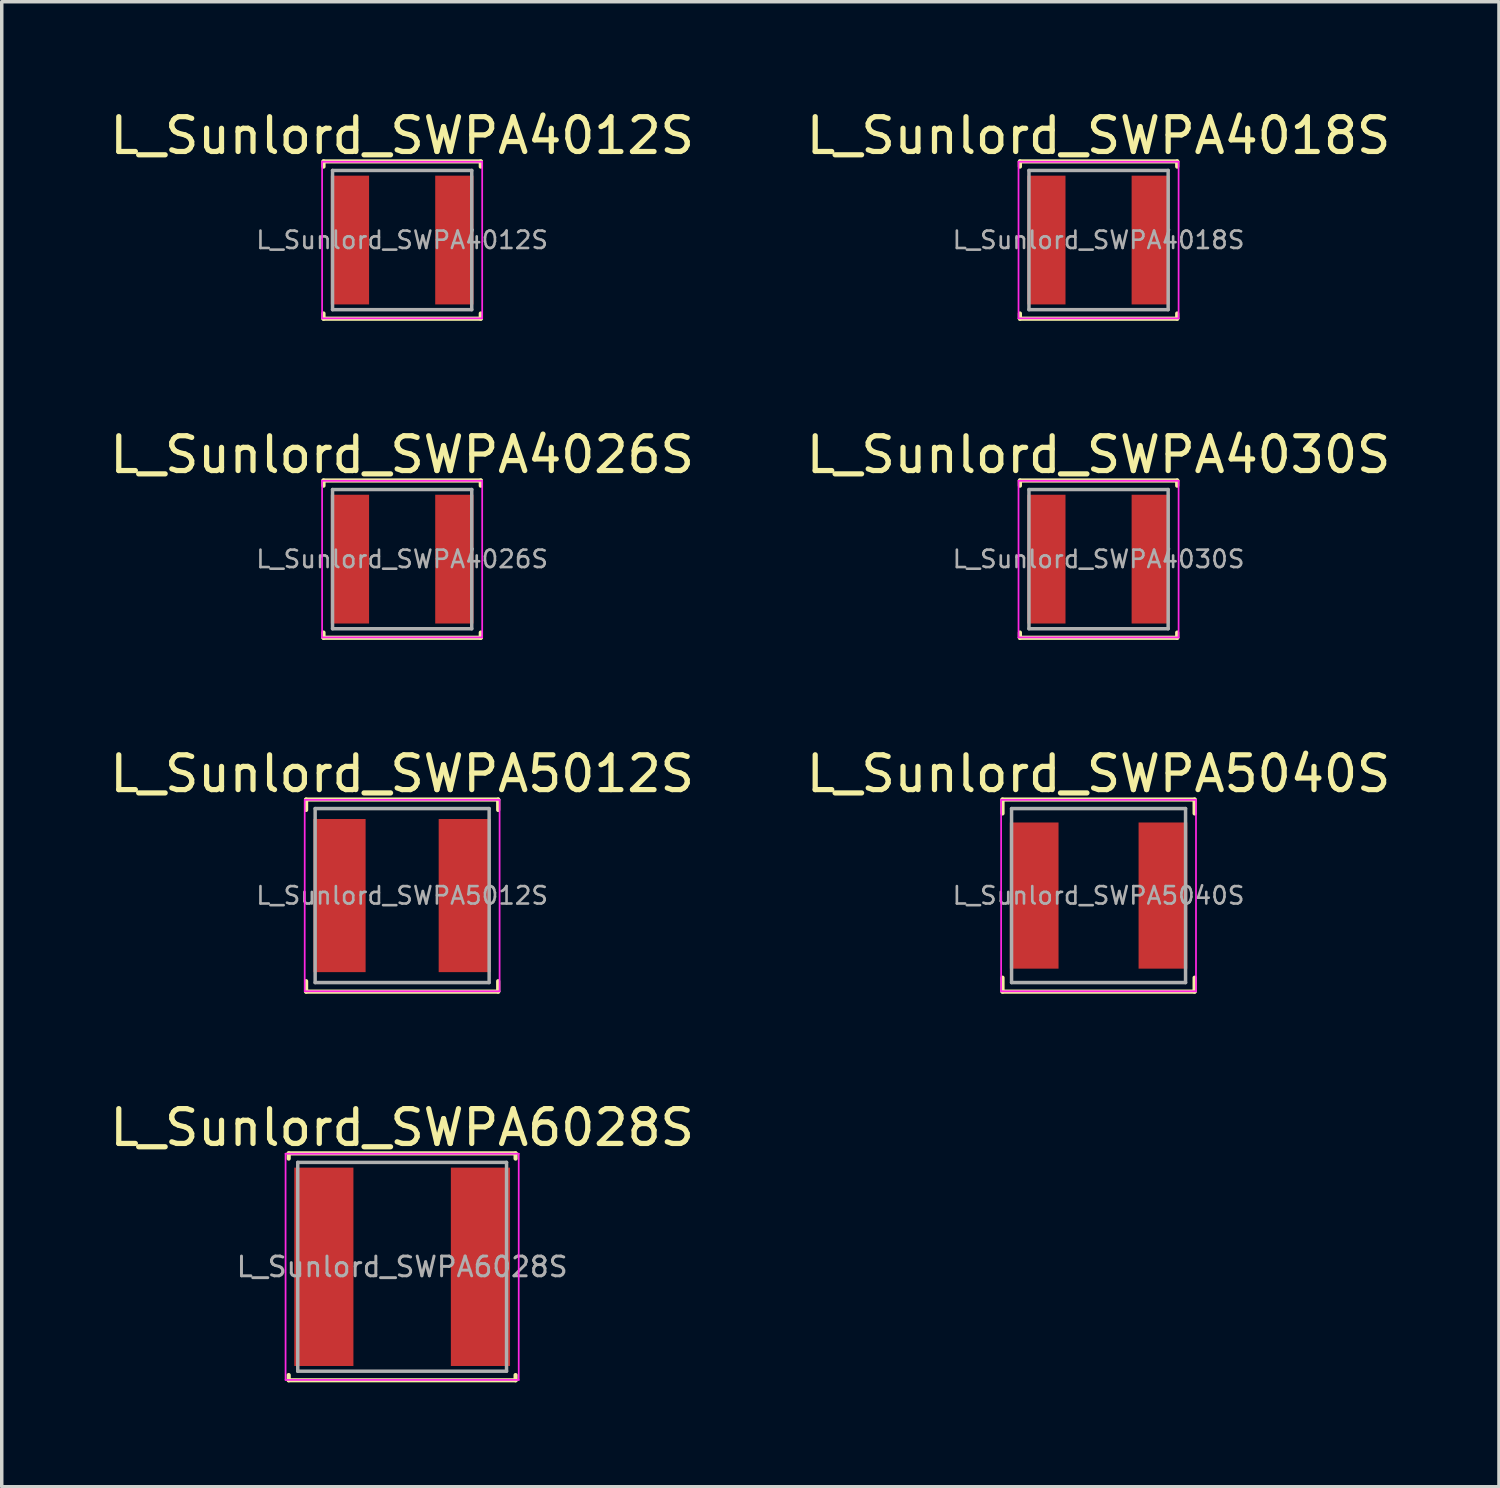
<source format=kicad_pcb>
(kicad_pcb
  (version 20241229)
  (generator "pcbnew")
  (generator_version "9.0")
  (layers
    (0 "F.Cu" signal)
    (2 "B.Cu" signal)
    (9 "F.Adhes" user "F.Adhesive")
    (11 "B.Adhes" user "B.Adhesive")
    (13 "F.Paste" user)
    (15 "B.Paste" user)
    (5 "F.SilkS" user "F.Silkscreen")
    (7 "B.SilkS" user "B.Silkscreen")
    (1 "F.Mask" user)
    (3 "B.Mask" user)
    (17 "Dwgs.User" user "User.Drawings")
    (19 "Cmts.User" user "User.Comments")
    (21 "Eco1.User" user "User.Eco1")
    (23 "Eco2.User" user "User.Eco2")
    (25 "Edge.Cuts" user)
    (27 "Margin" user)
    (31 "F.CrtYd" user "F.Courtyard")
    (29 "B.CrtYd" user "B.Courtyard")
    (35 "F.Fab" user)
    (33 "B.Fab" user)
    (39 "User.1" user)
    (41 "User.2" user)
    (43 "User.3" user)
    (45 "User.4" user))
  (footprint "L_Sunlord_SWPA5040S"
    (layer "F.Cu")
    (at 28.518 22.685)
    (property "Reference" "L_Sunlord_SWPA5040S" (at 0 -3.5 0) (layer "F.SilkS") (effects (font (size 1 1) (thickness 0.15))))
    (attr smd)
    (fp_line (start -2.76 -2.76) (end -2.76 -2.36) (stroke (width 0.12) (type solid)) (layer "F.SilkS"))
    (fp_line (start -2.76 -2.76) (end 2.76 -2.76) (stroke (width 0.12) (type solid)) (layer "F.SilkS"))
    (fp_line (start -2.76 2.76) (end -2.76 2.36) (stroke (width 0.12) (type solid)) (layer "F.SilkS"))
    (fp_line (start -2.76 2.76) (end 2.76 2.76) (stroke (width 0.12) (type solid)) (layer "F.SilkS"))
    (fp_line (start 2.76 -2.76) (end 2.76 -2.36) (stroke (width 0.12) (type solid)) (layer "F.SilkS"))
    (fp_line (start 2.76 2.76) (end 2.76 2.36) (stroke (width 0.12) (type solid)) (layer "F.SilkS"))
    (fp_line (start -2.8 -2.75) (end -2.8 2.75) (stroke (width 0.05) (type solid)) (layer "F.CrtYd"))
    (fp_line (start -2.8 2.75) (end 2.8 2.75) (stroke (width 0.05) (type solid)) (layer "F.CrtYd"))
    (fp_line (start 2.8 -2.75) (end -2.8 -2.75) (stroke (width 0.05) (type solid)) (layer "F.CrtYd"))
    (fp_line (start 2.8 2.75) (end 2.8 -2.75) (stroke (width 0.05) (type solid)) (layer "F.CrtYd"))
    (fp_line (start -2.5 -2.5) (end -2.5 2.5) (stroke (width 0.1) (type solid)) (layer "F.Fab"))
    (fp_line (start -2.5 2.5) (end 2.5 2.5) (stroke (width 0.1) (type solid)) (layer "F.Fab"))
    (fp_line (start 2.5 -2.5) (end -2.5 -2.5) (stroke (width 0.1) (type solid)) (layer "F.Fab"))
    (fp_line (start 2.5 2.5) (end 2.5 -2.5) (stroke (width 0.1) (type solid)) (layer "F.Fab"))
    (fp_text user "${REFERENCE}" (at 0 0 0) (layer "F.Fab") (effects (font (size 0.5 0.5) (thickness 0.075))))
    (pad "1" smd rect (at -1.85 0) (size 1.4 4.2) (layers "F.Cu" "F.Mask" "F.Paste"))
    (pad "2" smd rect (at 1.85 0) (size 1.4 4.2) (layers "F.Cu" "F.Mask" "F.Paste")))
  (footprint "L_Sunlord_SWPA5012S"
    (layer "F.Cu")
    (at 8.506 22.685)
    (property "Reference" "L_Sunlord_SWPA5012S" (at 0 -3.5 0) (layer "F.SilkS") (effects (font (size 1 1) (thickness 0.15))))
    (attr smd)
    (fp_line (start -2.76 -2.76) (end -2.76 -2.46) (stroke (width 0.12) (type solid)) (layer "F.SilkS"))
    (fp_line (start -2.76 -2.76) (end 2.76 -2.76) (stroke (width 0.12) (type solid)) (layer "F.SilkS"))
    (fp_line (start -2.76 2.76) (end -2.76 2.46) (stroke (width 0.12) (type solid)) (layer "F.SilkS"))
    (fp_line (start -2.76 2.76) (end 2.76 2.76) (stroke (width 0.12) (type solid)) (layer "F.SilkS"))
    (fp_line (start 2.76 -2.76) (end 2.76 -2.46) (stroke (width 0.12) (type solid)) (layer "F.SilkS"))
    (fp_line (start 2.76 2.76) (end 2.76 2.46) (stroke (width 0.12) (type solid)) (layer "F.SilkS"))
    (fp_line (start -2.8 -2.75) (end -2.8 2.75) (stroke (width 0.05) (type solid)) (layer "F.CrtYd"))
    (fp_line (start -2.8 2.75) (end 2.8 2.75) (stroke (width 0.05) (type solid)) (layer "F.CrtYd"))
    (fp_line (start 2.8 -2.75) (end -2.8 -2.75) (stroke (width 0.05) (type solid)) (layer "F.CrtYd"))
    (fp_line (start 2.8 2.75) (end 2.8 -2.75) (stroke (width 0.05) (type solid)) (layer "F.CrtYd"))
    (fp_line (start -2.5 -2.5) (end -2.5 2.5) (stroke (width 0.1) (type solid)) (layer "F.Fab"))
    (fp_line (start -2.5 2.5) (end 2.5 2.5) (stroke (width 0.1) (type solid)) (layer "F.Fab"))
    (fp_line (start 2.5 -2.5) (end -2.5 -2.5) (stroke (width 0.1) (type solid)) (layer "F.Fab"))
    (fp_line (start 2.5 2.5) (end 2.5 -2.5) (stroke (width 0.1) (type solid)) (layer "F.Fab"))
    (fp_text user "${REFERENCE}" (at 0 0 0) (layer "F.Fab") (effects (font (size 0.5 0.5) (thickness 0.075))))
    (pad "1" smd rect (at -1.8 0) (size 1.5 4.4) (layers "F.Cu" "F.Mask" "F.Paste"))
    (pad "2" smd rect (at 1.8 0) (size 1.5 4.4) (layers "F.Cu" "F.Mask" "F.Paste")))
  (footprint "L_Sunlord_SWPA4018S"
    (layer "F.Cu")
    (at 28.518 3.848)
    (property "Reference" "L_Sunlord_SWPA4018S" (at 0 -3 0) (layer "F.SilkS") (effects (font (size 1 1) (thickness 0.15))))
    (attr smd)
    (fp_line (start -2.26 -2.26) (end -2.26 -2.11) (stroke (width 0.12) (type solid)) (layer "F.SilkS"))
    (fp_line (start -2.26 -2.26) (end 2.26 -2.26) (stroke (width 0.12) (type solid)) (layer "F.SilkS"))
    (fp_line (start -2.26 2.26) (end -2.26 2.11) (stroke (width 0.12) (type solid)) (layer "F.SilkS"))
    (fp_line (start -2.26 2.26) (end 2.26 2.26) (stroke (width 0.12) (type solid)) (layer "F.SilkS"))
    (fp_line (start 2.26 -2.26) (end 2.26 -2.11) (stroke (width 0.12) (type solid)) (layer "F.SilkS"))
    (fp_line (start 2.26 2.26) (end 2.26 2.11) (stroke (width 0.12) (type solid)) (layer "F.SilkS"))
    (fp_line (start -2.3 -2.25) (end -2.3 2.25) (stroke (width 0.05) (type solid)) (layer "F.CrtYd"))
    (fp_line (start -2.3 2.25) (end 2.3 2.25) (stroke (width 0.05) (type solid)) (layer "F.CrtYd"))
    (fp_line (start 2.3 -2.25) (end -2.3 -2.25) (stroke (width 0.05) (type solid)) (layer "F.CrtYd"))
    (fp_line (start 2.3 2.25) (end 2.3 -2.25) (stroke (width 0.05) (type solid)) (layer "F.CrtYd"))
    (fp_line (start -2 -2) (end -2 2) (stroke (width 0.1) (type solid)) (layer "F.Fab"))
    (fp_line (start -2 2) (end 2 2) (stroke (width 0.1) (type solid)) (layer "F.Fab"))
    (fp_line (start 2 -2) (end -2 -2) (stroke (width 0.1) (type solid)) (layer "F.Fab"))
    (fp_line (start 2 2) (end 2 -2) (stroke (width 0.1) (type solid)) (layer "F.Fab"))
    (fp_text user "${REFERENCE}" (at 0 0 0) (layer "F.Fab") (effects (font (size 0.5 0.5) (thickness 0.075))))
    (pad "1" smd rect (at -1.5 0) (size 1.1 3.7) (layers "F.Cu" "F.Mask" "F.Paste"))
    (pad "2" smd rect (at 1.5 0) (size 1.1 3.7) (layers "F.Cu" "F.Mask" "F.Paste")))
  (footprint "L_Sunlord_SWPA4026S"
    (layer "F.Cu")
    (at 8.506 13.017)
    (property "Reference" "L_Sunlord_SWPA4026S" (at 0 -3 0) (layer "F.SilkS") (effects (font (size 1 1) (thickness 0.15))))
    (attr smd)
    (fp_line (start -2.26 -2.26) (end -2.26 -2.11) (stroke (width 0.12) (type solid)) (layer "F.SilkS"))
    (fp_line (start -2.26 -2.26) (end 2.26 -2.26) (stroke (width 0.12) (type solid)) (layer "F.SilkS"))
    (fp_line (start -2.26 2.26) (end -2.26 2.11) (stroke (width 0.12) (type solid)) (layer "F.SilkS"))
    (fp_line (start -2.26 2.26) (end 2.26 2.26) (stroke (width 0.12) (type solid)) (layer "F.SilkS"))
    (fp_line (start 2.26 -2.26) (end 2.26 -2.11) (stroke (width 0.12) (type solid)) (layer "F.SilkS"))
    (fp_line (start 2.26 2.26) (end 2.26 2.11) (stroke (width 0.12) (type solid)) (layer "F.SilkS"))
    (fp_line (start -2.3 -2.25) (end -2.3 2.25) (stroke (width 0.05) (type solid)) (layer "F.CrtYd"))
    (fp_line (start -2.3 2.25) (end 2.3 2.25) (stroke (width 0.05) (type solid)) (layer "F.CrtYd"))
    (fp_line (start 2.3 -2.25) (end -2.3 -2.25) (stroke (width 0.05) (type solid)) (layer "F.CrtYd"))
    (fp_line (start 2.3 2.25) (end 2.3 -2.25) (stroke (width 0.05) (type solid)) (layer "F.CrtYd"))
    (fp_line (start -2 -2) (end -2 2) (stroke (width 0.1) (type solid)) (layer "F.Fab"))
    (fp_line (start -2 2) (end 2 2) (stroke (width 0.1) (type solid)) (layer "F.Fab"))
    (fp_line (start 2 -2) (end -2 -2) (stroke (width 0.1) (type solid)) (layer "F.Fab"))
    (fp_line (start 2 2) (end 2 -2) (stroke (width 0.1) (type solid)) (layer "F.Fab"))
    (fp_text user "${REFERENCE}" (at 0 0 0) (layer "F.Fab") (effects (font (size 0.5 0.5) (thickness 0.075))))
    (pad "1" smd rect (at -1.5 0) (size 1.1 3.7) (layers "F.Cu" "F.Mask" "F.Paste"))
    (pad "2" smd rect (at 1.5 0) (size 1.1 3.7) (layers "F.Cu" "F.Mask" "F.Paste")))
  (footprint "L_Sunlord_SWPA6028S"
    (layer "F.Cu")
    (at 8.506 33.353)
    (property "Reference" "L_Sunlord_SWPA6028S" (at 0 -4 0) (layer "F.SilkS") (effects (font (size 1 1) (thickness 0.15))))
    (attr smd)
    (fp_line (start -3.26 -3.26) (end -3.26 -3.11) (stroke (width 0.12) (type solid)) (layer "F.SilkS"))
    (fp_line (start -3.26 -3.26) (end 3.26 -3.26) (stroke (width 0.12) (type solid)) (layer "F.SilkS"))
    (fp_line (start -3.26 3.26) (end -3.26 3.11) (stroke (width 0.12) (type solid)) (layer "F.SilkS"))
    (fp_line (start -3.26 3.26) (end 3.26 3.26) (stroke (width 0.12) (type solid)) (layer "F.SilkS"))
    (fp_line (start 3.26 -3.26) (end 3.26 -3.11) (stroke (width 0.12) (type solid)) (layer "F.SilkS"))
    (fp_line (start 3.26 3.26) (end 3.26 3.11) (stroke (width 0.12) (type solid)) (layer "F.SilkS"))
    (fp_line (start -3.35 -3.25) (end -3.35 3.25) (stroke (width 0.05) (type solid)) (layer "F.CrtYd"))
    (fp_line (start -3.35 3.25) (end 3.35 3.25) (stroke (width 0.05) (type solid)) (layer "F.CrtYd"))
    (fp_line (start 3.35 -3.25) (end -3.35 -3.25) (stroke (width 0.05) (type solid)) (layer "F.CrtYd"))
    (fp_line (start 3.35 3.25) (end 3.35 -3.25) (stroke (width 0.05) (type solid)) (layer "F.CrtYd"))
    (fp_line (start -3 -3) (end -3 3) (stroke (width 0.1) (type solid)) (layer "F.Fab"))
    (fp_line (start -3 3) (end 3 3) (stroke (width 0.1) (type solid)) (layer "F.Fab"))
    (fp_line (start 3 -3) (end -3 -3) (stroke (width 0.1) (type solid)) (layer "F.Fab"))
    (fp_line (start 3 3) (end 3 -3) (stroke (width 0.1) (type solid)) (layer "F.Fab"))
    (fp_text user "${REFERENCE}" (at 0 0 0) (layer "F.Fab") (effects (font (size 0.567 0.567) (thickness 0.085))))
    (pad "1" smd rect (at -2.25 0) (size 1.7 5.7) (layers "F.Cu" "F.Mask" "F.Paste"))
    (pad "2" smd rect (at 2.25 0) (size 1.7 5.7) (layers "F.Cu" "F.Mask" "F.Paste")))
  (footprint "L_Sunlord_SWPA4012S"
    (layer "F.Cu")
    (at 8.506 3.848)
    (property "Reference" "L_Sunlord_SWPA4012S" (at 0 -3 0) (layer "F.SilkS") (effects (font (size 1 1) (thickness 0.15))))
    (attr smd)
    (fp_line (start -2.26 -2.26) (end -2.26 -2.11) (stroke (width 0.12) (type solid)) (layer "F.SilkS"))
    (fp_line (start -2.26 -2.26) (end 2.26 -2.26) (stroke (width 0.12) (type solid)) (layer "F.SilkS"))
    (fp_line (start -2.26 2.26) (end -2.26 2.11) (stroke (width 0.12) (type solid)) (layer "F.SilkS"))
    (fp_line (start -2.26 2.26) (end 2.26 2.26) (stroke (width 0.12) (type solid)) (layer "F.SilkS"))
    (fp_line (start 2.26 -2.26) (end 2.26 -2.11) (stroke (width 0.12) (type solid)) (layer "F.SilkS"))
    (fp_line (start 2.26 2.26) (end 2.26 2.11) (stroke (width 0.12) (type solid)) (layer "F.SilkS"))
    (fp_line (start -2.3 -2.25) (end -2.3 2.25) (stroke (width 0.05) (type solid)) (layer "F.CrtYd"))
    (fp_line (start -2.3 2.25) (end 2.3 2.25) (stroke (width 0.05) (type solid)) (layer "F.CrtYd"))
    (fp_line (start 2.3 -2.25) (end -2.3 -2.25) (stroke (width 0.05) (type solid)) (layer "F.CrtYd"))
    (fp_line (start 2.3 2.25) (end 2.3 -2.25) (stroke (width 0.05) (type solid)) (layer "F.CrtYd"))
    (fp_line (start -2 -2) (end -2 2) (stroke (width 0.1) (type solid)) (layer "F.Fab"))
    (fp_line (start -2 2) (end 2 2) (stroke (width 0.1) (type solid)) (layer "F.Fab"))
    (fp_line (start 2 -2) (end -2 -2) (stroke (width 0.1) (type solid)) (layer "F.Fab"))
    (fp_line (start 2 2) (end 2 -2) (stroke (width 0.1) (type solid)) (layer "F.Fab"))
    (fp_text user "${REFERENCE}" (at 0 0 0) (layer "F.Fab") (effects (font (size 0.5 0.5) (thickness 0.075))))
    (pad "1" smd rect (at -1.5 0) (size 1.1 3.7) (layers "F.Cu" "F.Mask" "F.Paste"))
    (pad "2" smd rect (at 1.5 0) (size 1.1 3.7) (layers "F.Cu" "F.Mask" "F.Paste")))
  (footprint "L_Sunlord_SWPA4030S"
    (layer "F.Cu")
    (at 28.518 13.017)
    (property "Reference" "L_Sunlord_SWPA4030S" (at 0 -3 0) (layer "F.SilkS") (effects (font (size 1 1) (thickness 0.15))))
    (attr smd)
    (fp_line (start -2.26 -2.26) (end -2.26 -2.11) (stroke (width 0.12) (type solid)) (layer "F.SilkS"))
    (fp_line (start -2.26 -2.26) (end 2.26 -2.26) (stroke (width 0.12) (type solid)) (layer "F.SilkS"))
    (fp_line (start -2.26 2.26) (end -2.26 2.11) (stroke (width 0.12) (type solid)) (layer "F.SilkS"))
    (fp_line (start -2.26 2.26) (end 2.26 2.26) (stroke (width 0.12) (type solid)) (layer "F.SilkS"))
    (fp_line (start 2.26 -2.26) (end 2.26 -2.11) (stroke (width 0.12) (type solid)) (layer "F.SilkS"))
    (fp_line (start 2.26 2.26) (end 2.26 2.11) (stroke (width 0.12) (type solid)) (layer "F.SilkS"))
    (fp_line (start -2.3 -2.25) (end -2.3 2.25) (stroke (width 0.05) (type solid)) (layer "F.CrtYd"))
    (fp_line (start -2.3 2.25) (end 2.3 2.25) (stroke (width 0.05) (type solid)) (layer "F.CrtYd"))
    (fp_line (start 2.3 -2.25) (end -2.3 -2.25) (stroke (width 0.05) (type solid)) (layer "F.CrtYd"))
    (fp_line (start 2.3 2.25) (end 2.3 -2.25) (stroke (width 0.05) (type solid)) (layer "F.CrtYd"))
    (fp_line (start -2 -2) (end -2 2) (stroke (width 0.1) (type solid)) (layer "F.Fab"))
    (fp_line (start -2 2) (end 2 2) (stroke (width 0.1) (type solid)) (layer "F.Fab"))
    (fp_line (start 2 -2) (end -2 -2) (stroke (width 0.1) (type solid)) (layer "F.Fab"))
    (fp_line (start 2 2) (end 2 -2) (stroke (width 0.1) (type solid)) (layer "F.Fab"))
    (fp_text user "${REFERENCE}" (at 0 0 0) (layer "F.Fab") (effects (font (size 0.5 0.5) (thickness 0.075))))
    (pad "1" smd rect (at -1.5 0) (size 1.1 3.7) (layers "F.Cu" "F.Mask" "F.Paste"))
    (pad "2" smd rect (at 1.5 0) (size 1.1 3.7) (layers "F.Cu" "F.Mask" "F.Paste")))
  (gr_rect
    (start -3 -3)
    (end 40.024 39.673)
    (stroke (width 0.1) (type default))
    (fill no)
    (layer "Edge.Cuts")))
</source>
